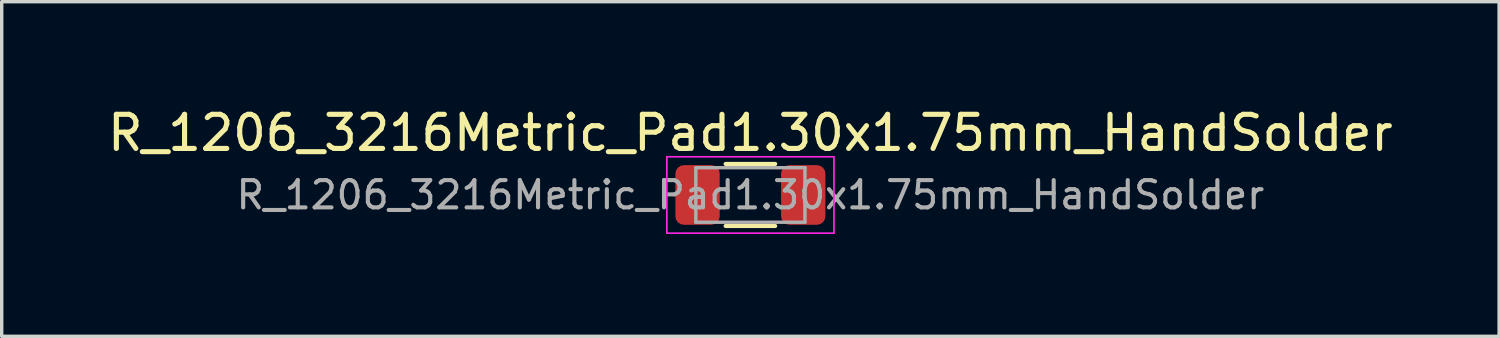
<source format=kicad_pcb>
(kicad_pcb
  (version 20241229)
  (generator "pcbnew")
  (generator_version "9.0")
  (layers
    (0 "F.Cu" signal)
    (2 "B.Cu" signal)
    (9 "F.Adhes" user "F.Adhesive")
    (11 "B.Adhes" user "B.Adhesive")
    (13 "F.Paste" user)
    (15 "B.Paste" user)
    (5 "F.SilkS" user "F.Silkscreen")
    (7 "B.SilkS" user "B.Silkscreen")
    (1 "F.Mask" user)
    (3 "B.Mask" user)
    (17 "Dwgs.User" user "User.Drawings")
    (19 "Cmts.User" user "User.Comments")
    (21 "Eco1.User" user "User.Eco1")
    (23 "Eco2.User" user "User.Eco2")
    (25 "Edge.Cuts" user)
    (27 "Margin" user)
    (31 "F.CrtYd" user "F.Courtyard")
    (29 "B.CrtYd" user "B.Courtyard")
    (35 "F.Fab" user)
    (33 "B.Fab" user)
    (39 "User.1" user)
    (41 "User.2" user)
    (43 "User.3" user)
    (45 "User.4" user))
  (footprint "R_1206_3216Metric_Pad1.30x1.75mm_HandSolder"
    (layer "F.Cu")
    (at 18.958 2.668)
    (property "Reference" "R_1206_3216Metric_Pad1.30x1.75mm_HandSolder" (at 0 -1.82 0) (layer "F.SilkS") (effects (font (size 1 1) (thickness 0.15))))
    (attr smd)
    (fp_line (start -0.727 -0.91) (end 0.727 -0.91) (stroke (width 0.12) (type solid)) (layer "F.SilkS"))
    (fp_line (start -0.727 0.91) (end 0.727 0.91) (stroke (width 0.12) (type solid)) (layer "F.SilkS"))
    (fp_line (start -2.45 -1.12) (end 2.45 -1.12) (stroke (width 0.05) (type solid)) (layer "F.CrtYd"))
    (fp_line (start -2.45 1.12) (end -2.45 -1.12) (stroke (width 0.05) (type solid)) (layer "F.CrtYd"))
    (fp_line (start 2.45 -1.12) (end 2.45 1.12) (stroke (width 0.05) (type solid)) (layer "F.CrtYd"))
    (fp_line (start 2.45 1.12) (end -2.45 1.12) (stroke (width 0.05) (type solid)) (layer "F.CrtYd"))
    (fp_line (start -1.6 -0.8) (end 1.6 -0.8) (stroke (width 0.1) (type solid)) (layer "F.Fab"))
    (fp_line (start -1.6 0.8) (end -1.6 -0.8) (stroke (width 0.1) (type solid)) (layer "F.Fab"))
    (fp_line (start 1.6 -0.8) (end 1.6 0.8) (stroke (width 0.1) (type solid)) (layer "F.Fab"))
    (fp_line (start 1.6 0.8) (end -1.6 0.8) (stroke (width 0.1) (type solid)) (layer "F.Fab"))
    (fp_text user "${REFERENCE}" (at 0 0 0) (layer "F.Fab") (effects (font (size 0.8 0.8) (thickness 0.12))))
    (pad "1" smd roundrect (at -1.55 0) (size 1.3 1.75) (layers "F.Cu" "F.Mask" "F.Paste") (roundrect_rratio 0.192))
    (pad "2" smd roundrect (at 1.55 0) (size 1.3 1.75) (layers "F.Cu" "F.Mask" "F.Paste") (roundrect_rratio 0.192)))
  (gr_rect
    (start -3 -3)
    (end 40.917 6.813)
    (stroke (width 0.1) (type default))
    (fill no)
    (layer "Edge.Cuts")))
</source>
